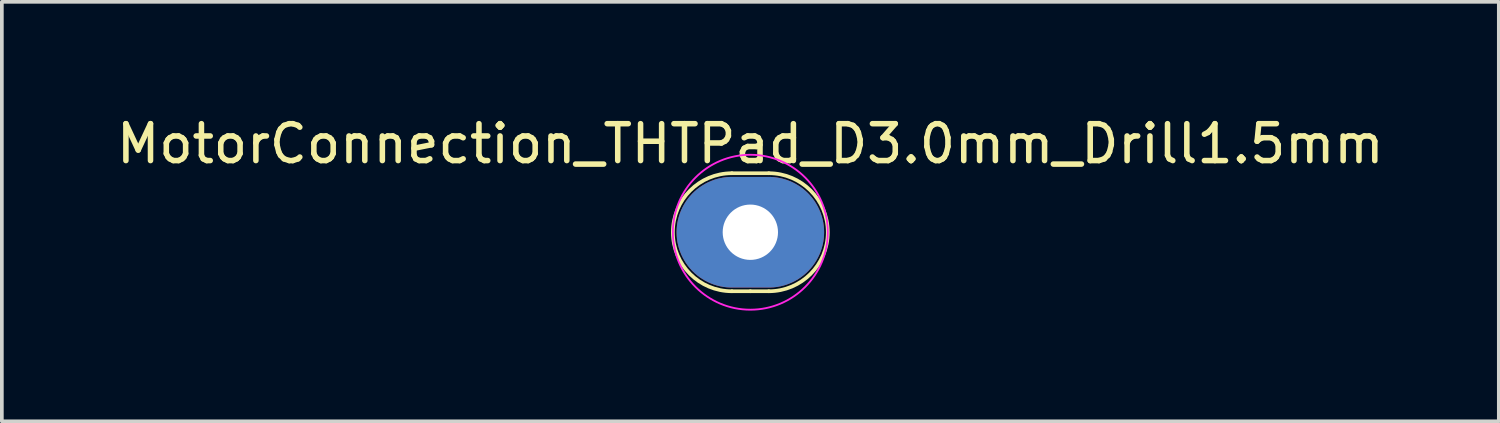
<source format=kicad_pcb>
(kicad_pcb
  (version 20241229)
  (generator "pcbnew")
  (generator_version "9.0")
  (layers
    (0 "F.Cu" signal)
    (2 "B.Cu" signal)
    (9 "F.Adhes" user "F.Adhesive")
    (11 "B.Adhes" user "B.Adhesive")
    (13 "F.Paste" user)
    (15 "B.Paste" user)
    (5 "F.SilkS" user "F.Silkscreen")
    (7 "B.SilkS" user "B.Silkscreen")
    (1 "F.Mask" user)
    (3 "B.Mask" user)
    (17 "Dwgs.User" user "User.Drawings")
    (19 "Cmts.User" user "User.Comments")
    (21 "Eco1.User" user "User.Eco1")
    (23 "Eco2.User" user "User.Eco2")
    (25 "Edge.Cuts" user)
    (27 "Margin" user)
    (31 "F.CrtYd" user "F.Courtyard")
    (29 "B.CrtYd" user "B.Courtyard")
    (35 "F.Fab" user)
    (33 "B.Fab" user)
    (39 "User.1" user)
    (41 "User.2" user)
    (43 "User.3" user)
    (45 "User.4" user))
  (footprint "MotorConnection_THTPad_D3.0mm_Drill1.5mm"
    (layer "F.Cu")
    (at 17.292 3.246)
    (property "Reference" "MotorConnection_THTPad_D3.0mm_Drill1.5mm" (at 0 -2.398 0) (layer "F.SilkS") (effects (font (size 1 1) (thickness 0.15))))
    (attr exclude_from_pos_files exclude_from_bom)
    (fp_line (start -0.5 -1.6) (end 0.5 -1.6) (stroke (width 0.1) (type default)) (layer "F.SilkS"))
    (fp_line (start 0 1.6) (end -0.5 1.6) (stroke (width 0.1) (type default)) (layer "F.SilkS"))
    (fp_line (start 0 1.6) (end 0.5 1.6) (stroke (width 0.1) (type default)) (layer "F.SilkS"))
    (fp_arc (start -0.5 1.6) (mid -2.1 0) (end -0.5 -1.6) (stroke (width 0.1) (type default)) (layer "F.SilkS"))
    (fp_arc (start 0.5 -1.6) (mid 2.1 0) (end 0.5 1.6) (stroke (width 0.1) (type default)) (layer "F.SilkS"))
    (fp_circle (center 0 0) (end 2.1 0) (stroke (width 0.05) (type solid)) (fill no) (layer "F.CrtYd"))
    (pad "1" thru_hole oval (at 0 0) (size 4 3) (drill 1.5) (layers "*.Cu" "*.Mask")))
  (gr_rect
    (start -3 -3)
    (end 37.583 8.371)
    (stroke (width 0.1) (type default))
    (fill no)
    (layer "Edge.Cuts")))
</source>
